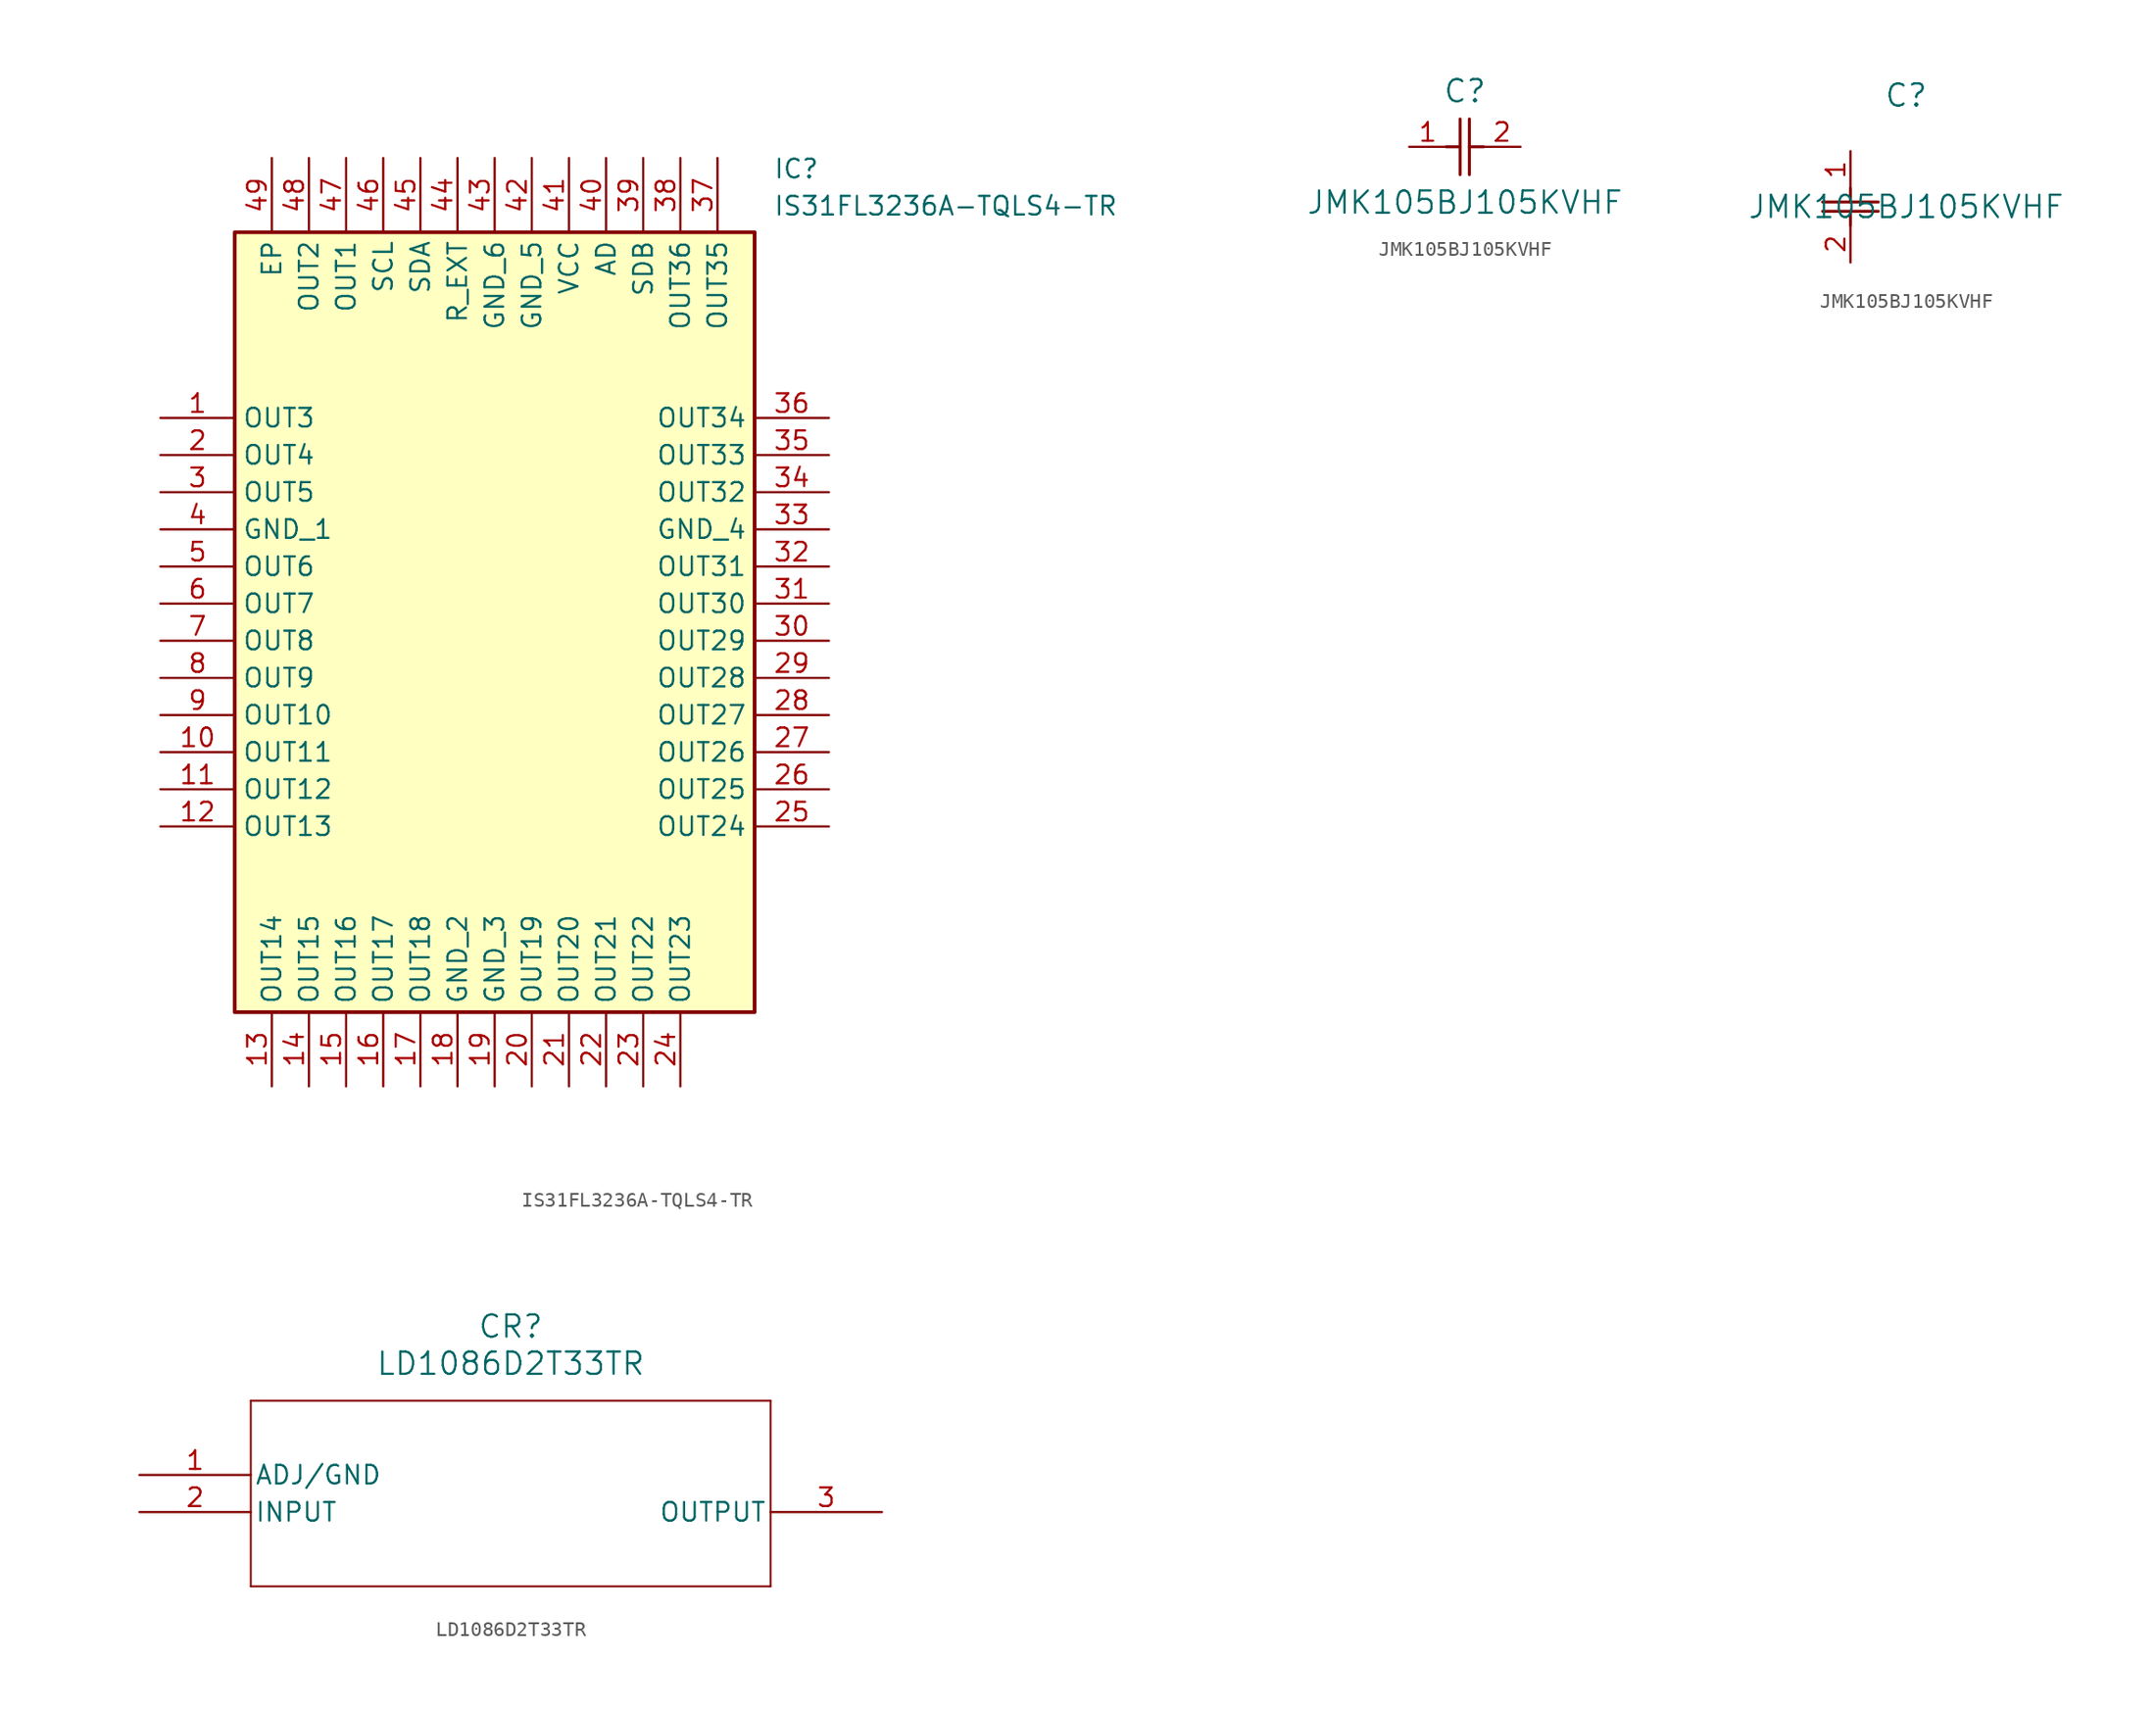
<source format=kicad_sym>
(kicad_symbol_lib
  (version 20231120)
  (generator "kicad_symbol_editor")
  (generator_version "8.0")
  (symbol "IS31FL3236A-TQLS4-TR"
    (property "Reference" "IC"
      (at 41.91 17.78 0)
      (effects (font (size 1.27 1.27)) (justify left top)))
    (property "Value" "IS31FL3236A-TQLS4-TR"
      (at 41.91 15.24 0)
      (effects (font (size 1.27 1.27)) (justify left top)))
    (symbol "IS31FL3236A-TQLS4-TR_1_1"
      (rectangle (start 5.08 12.7) (end 40.64 -40.64) (stroke (width 0.254) (type default)) (fill (type background)))
      (pin passive line (at 0 0 0) (length 5.08) (name "OUT3" (effects (font (size 1.27 1.27)))) (number "1" (effects (font (size 1.27 1.27)))))
      (pin passive line (at 0 -22.86 0) (length 5.08) (name "OUT11" (effects (font (size 1.27 1.27)))) (number "10" (effects (font (size 1.27 1.27)))))
      (pin passive line (at 0 -25.4 0) (length 5.08) (name "OUT12" (effects (font (size 1.27 1.27)))) (number "11" (effects (font (size 1.27 1.27)))))
      (pin passive line (at 0 -27.94 0) (length 5.08) (name "OUT13" (effects (font (size 1.27 1.27)))) (number "12" (effects (font (size 1.27 1.27)))))
      (pin passive line (at 7.62 -45.72 90) (length 5.08) (name "OUT14" (effects (font (size 1.27 1.27)))) (number "13" (effects (font (size 1.27 1.27)))))
      (pin passive line (at 10.16 -45.72 90) (length 5.08) (name "OUT15" (effects (font (size 1.27 1.27)))) (number "14" (effects (font (size 1.27 1.27)))))
      (pin passive line (at 12.7 -45.72 90) (length 5.08) (name "OUT16" (effects (font (size 1.27 1.27)))) (number "15" (effects (font (size 1.27 1.27)))))
      (pin passive line (at 15.24 -45.72 90) (length 5.08) (name "OUT17" (effects (font (size 1.27 1.27)))) (number "16" (effects (font (size 1.27 1.27)))))
      (pin passive line (at 17.78 -45.72 90) (length 5.08) (name "OUT18" (effects (font (size 1.27 1.27)))) (number "17" (effects (font (size 1.27 1.27)))))
      (pin passive line (at 20.32 -45.72 90) (length 5.08) (name "GND_2" (effects (font (size 1.27 1.27)))) (number "18" (effects (font (size 1.27 1.27)))))
      (pin passive line (at 22.86 -45.72 90) (length 5.08) (name "GND_3" (effects (font (size 1.27 1.27)))) (number "19" (effects (font (size 1.27 1.27)))))
      (pin passive line (at 0 -2.54 0) (length 5.08) (name "OUT4" (effects (font (size 1.27 1.27)))) (number "2" (effects (font (size 1.27 1.27)))))
      (pin passive line (at 25.4 -45.72 90) (length 5.08) (name "OUT19" (effects (font (size 1.27 1.27)))) (number "20" (effects (font (size 1.27 1.27)))))
      (pin passive line (at 27.94 -45.72 90) (length 5.08) (name "OUT20" (effects (font (size 1.27 1.27)))) (number "21" (effects (font (size 1.27 1.27)))))
      (pin passive line (at 30.48 -45.72 90) (length 5.08) (name "OUT21" (effects (font (size 1.27 1.27)))) (number "22" (effects (font (size 1.27 1.27)))))
      (pin passive line (at 33.02 -45.72 90) (length 5.08) (name "OUT22" (effects (font (size 1.27 1.27)))) (number "23" (effects (font (size 1.27 1.27)))))
      (pin passive line (at 35.56 -45.72 90) (length 5.08) (name "OUT23" (effects (font (size 1.27 1.27)))) (number "24" (effects (font (size 1.27 1.27)))))
      (pin passive line (at 45.72 -27.94 180) (length 5.08) (name "OUT24" (effects (font (size 1.27 1.27)))) (number "25" (effects (font (size 1.27 1.27)))))
      (pin passive line (at 45.72 -25.4 180) (length 5.08) (name "OUT25" (effects (font (size 1.27 1.27)))) (number "26" (effects (font (size 1.27 1.27)))))
      (pin passive line (at 45.72 -22.86 180) (length 5.08) (name "OUT26" (effects (font (size 1.27 1.27)))) (number "27" (effects (font (size 1.27 1.27)))))
      (pin passive line (at 45.72 -20.32 180) (length 5.08) (name "OUT27" (effects (font (size 1.27 1.27)))) (number "28" (effects (font (size 1.27 1.27)))))
      (pin passive line (at 45.72 -17.78 180) (length 5.08) (name "OUT28" (effects (font (size 1.27 1.27)))) (number "29" (effects (font (size 1.27 1.27)))))
      (pin passive line (at 0 -5.08 0) (length 5.08) (name "OUT5" (effects (font (size 1.27 1.27)))) (number "3" (effects (font (size 1.27 1.27)))))
      (pin passive line (at 45.72 -15.24 180) (length 5.08) (name "OUT29" (effects (font (size 1.27 1.27)))) (number "30" (effects (font (size 1.27 1.27)))))
      (pin passive line (at 45.72 -12.7 180) (length 5.08) (name "OUT30" (effects (font (size 1.27 1.27)))) (number "31" (effects (font (size 1.27 1.27)))))
      (pin passive line (at 45.72 -10.16 180) (length 5.08) (name "OUT31" (effects (font (size 1.27 1.27)))) (number "32" (effects (font (size 1.27 1.27)))))
      (pin passive line (at 45.72 -7.62 180) (length 5.08) (name "GND_4" (effects (font (size 1.27 1.27)))) (number "33" (effects (font (size 1.27 1.27)))))
      (pin passive line (at 45.72 -5.08 180) (length 5.08) (name "OUT32" (effects (font (size 1.27 1.27)))) (number "34" (effects (font (size 1.27 1.27)))))
      (pin passive line (at 45.72 -2.54 180) (length 5.08) (name "OUT33" (effects (font (size 1.27 1.27)))) (number "35" (effects (font (size 1.27 1.27)))))
      (pin passive line (at 45.72 0 180) (length 5.08) (name "OUT34" (effects (font (size 1.27 1.27)))) (number "36" (effects (font (size 1.27 1.27)))))
      (pin passive line (at 38.1 17.78 270) (length 5.08) (name "OUT35" (effects (font (size 1.27 1.27)))) (number "37" (effects (font (size 1.27 1.27)))))
      (pin passive line (at 35.56 17.78 270) (length 5.08) (name "OUT36" (effects (font (size 1.27 1.27)))) (number "38" (effects (font (size 1.27 1.27)))))
      (pin passive line (at 33.02 17.78 270) (length 5.08) (name "SDB" (effects (font (size 1.27 1.27)))) (number "39" (effects (font (size 1.27 1.27)))))
      (pin passive line (at 0 -7.62 0) (length 5.08) (name "GND_1" (effects (font (size 1.27 1.27)))) (number "4" (effects (font (size 1.27 1.27)))))
      (pin passive line (at 30.48 17.78 270) (length 5.08) (name "AD" (effects (font (size 1.27 1.27)))) (number "40" (effects (font (size 1.27 1.27)))))
      (pin passive line (at 27.94 17.78 270) (length 5.08) (name "VCC" (effects (font (size 1.27 1.27)))) (number "41" (effects (font (size 1.27 1.27)))))
      (pin passive line (at 25.4 17.78 270) (length 5.08) (name "GND_5" (effects (font (size 1.27 1.27)))) (number "42" (effects (font (size 1.27 1.27)))))
      (pin passive line (at 22.86 17.78 270) (length 5.08) (name "GND_6" (effects (font (size 1.27 1.27)))) (number "43" (effects (font (size 1.27 1.27)))))
      (pin passive line (at 20.32 17.78 270) (length 5.08) (name "R_EXT" (effects (font (size 1.27 1.27)))) (number "44" (effects (font (size 1.27 1.27)))))
      (pin passive line (at 17.78 17.78 270) (length 5.08) (name "SDA" (effects (font (size 1.27 1.27)))) (number "45" (effects (font (size 1.27 1.27)))))
      (pin passive line (at 15.24 17.78 270) (length 5.08) (name "SCL" (effects (font (size 1.27 1.27)))) (number "46" (effects (font (size 1.27 1.27)))))
      (pin passive line (at 12.7 17.78 270) (length 5.08) (name "OUT1" (effects (font (size 1.27 1.27)))) (number "47" (effects (font (size 1.27 1.27)))))
      (pin passive line (at 10.16 17.78 270) (length 5.08) (name "OUT2" (effects (font (size 1.27 1.27)))) (number "48" (effects (font (size 1.27 1.27)))))
      (pin passive line (at 7.62 17.78 270) (length 5.08) (name "EP" (effects (font (size 1.27 1.27)))) (number "49" (effects (font (size 1.27 1.27)))))
      (pin passive line (at 0 -10.16 0) (length 5.08) (name "OUT6" (effects (font (size 1.27 1.27)))) (number "5" (effects (font (size 1.27 1.27)))))
      (pin passive line (at 0 -12.7 0) (length 5.08) (name "OUT7" (effects (font (size 1.27 1.27)))) (number "6" (effects (font (size 1.27 1.27)))))
      (pin passive line (at 0 -15.24 0) (length 5.08) (name "OUT8" (effects (font (size 1.27 1.27)))) (number "7" (effects (font (size 1.27 1.27)))))
      (pin passive line (at 0 -17.78 0) (length 5.08) (name "OUT9" (effects (font (size 1.27 1.27)))) (number "8" (effects (font (size 1.27 1.27)))))
      (pin passive line (at 0 -20.32 0) (length 5.08) (name "OUT10" (effects (font (size 1.27 1.27)))) (number "9" (effects (font (size 1.27 1.27)))))))
  (symbol "JMK105BJ105KVHF"
    (pin_names
      (offset 0.254))
    (property "Reference" "C"
      (at 3.81 3.81 0)
      (effects (font (size 1.524 1.524))))
    (property "Value" "JMK105BJ105KVHF"
      (at 3.81 -3.81 0)
      (effects (font (size 1.524 1.524))))
    (property "ki_locked" ""
      (at 0 0 0)
      (effects (font (size 1.27 1.27))))
    (symbol "JMK105BJ105KVHF_1_1"
      (polyline (pts (xy 2.54 0) (xy 3.48 0)) (stroke (width 0.203) (type default)) (fill (type none)))
      (polyline (pts (xy 3.48 -1.905) (xy 3.48 1.905)) (stroke (width 0.203) (type default)) (fill (type none)))
      (polyline (pts (xy 4.115 -1.905) (xy 4.115 1.905)) (stroke (width 0.203) (type default)) (fill (type none)))
      (polyline (pts (xy 4.115 0) (xy 5.08 0)) (stroke (width 0.203) (type default)) (fill (type none)))
      (pin unspecified line (at 0 0 0) (length 2.54) (name "" (effects (font (size 1.27 1.27)))) (number "1" (effects (font (size 1.27 1.27)))))
      (pin unspecified line (at 7.62 0 180) (length 2.54) (name "" (effects (font (size 1.27 1.27)))) (number "2" (effects (font (size 1.27 1.27))))))
    (symbol "JMK105BJ105KVHF_1_2"
      (polyline (pts (xy -1.905 -4.115) (xy 1.905 -4.115)) (stroke (width 0.203) (type default)) (fill (type none)))
      (polyline (pts (xy -1.905 -3.48) (xy 1.905 -3.48)) (stroke (width 0.203) (type default)) (fill (type none)))
      (polyline (pts (xy 0 -4.115) (xy 0 -5.08)) (stroke (width 0.203) (type default)) (fill (type none)))
      (polyline (pts (xy 0 -2.54) (xy 0 -3.48)) (stroke (width 0.203) (type default)) (fill (type none)))
      (pin unspecified line (at 0 0 270) (length 2.54) (name "" (effects (font (size 1.27 1.27)))) (number "1" (effects (font (size 1.27 1.27)))))
      (pin unspecified line (at 0 -7.62 90) (length 2.54) (name "" (effects (font (size 1.27 1.27)))) (number "2" (effects (font (size 1.27 1.27)))))))
  (symbol "LD1086D2T33TR"
    (pin_names
      (offset 0.254))
    (property "Reference" "CR"
      (at 25.4 10.16 0)
      (effects (font (size 1.524 1.524))))
    (property "Value" "LD1086D2T33TR"
      (at 25.4 7.62 0)
      (effects (font (size 1.524 1.524))))
    (property "ki_locked" ""
      (at 0 0 0)
      (effects (font (size 1.27 1.27))))
    (symbol "LD1086D2T33TR_0_1"
      (polyline (pts (xy 7.62 -7.62) (xy 43.18 -7.62)) (stroke (width 0.127) (type default)) (fill (type none)))
      (polyline (pts (xy 7.62 5.08) (xy 7.62 -7.62)) (stroke (width 0.127) (type default)) (fill (type none)))
      (polyline (pts (xy 43.18 -7.62) (xy 43.18 5.08)) (stroke (width 0.127) (type default)) (fill (type none)))
      (polyline (pts (xy 43.18 5.08) (xy 7.62 5.08)) (stroke (width 0.127) (type default)) (fill (type none)))
      (pin power_out line (at 0 0 0) (length 7.62) (name "ADJ/GND" (effects (font (size 1.27 1.27)))) (number "1" (effects (font (size 1.27 1.27)))))
      (pin input line (at 0 -2.54 0) (length 7.62) (name "INPUT" (effects (font (size 1.27 1.27)))) (number "2" (effects (font (size 1.27 1.27)))))
      (pin output line (at 50.8 -2.54 180) (length 7.62) (name "OUTPUT" (effects (font (size 1.27 1.27)))) (number "3" (effects (font (size 1.27 1.27))))))))
</source>
